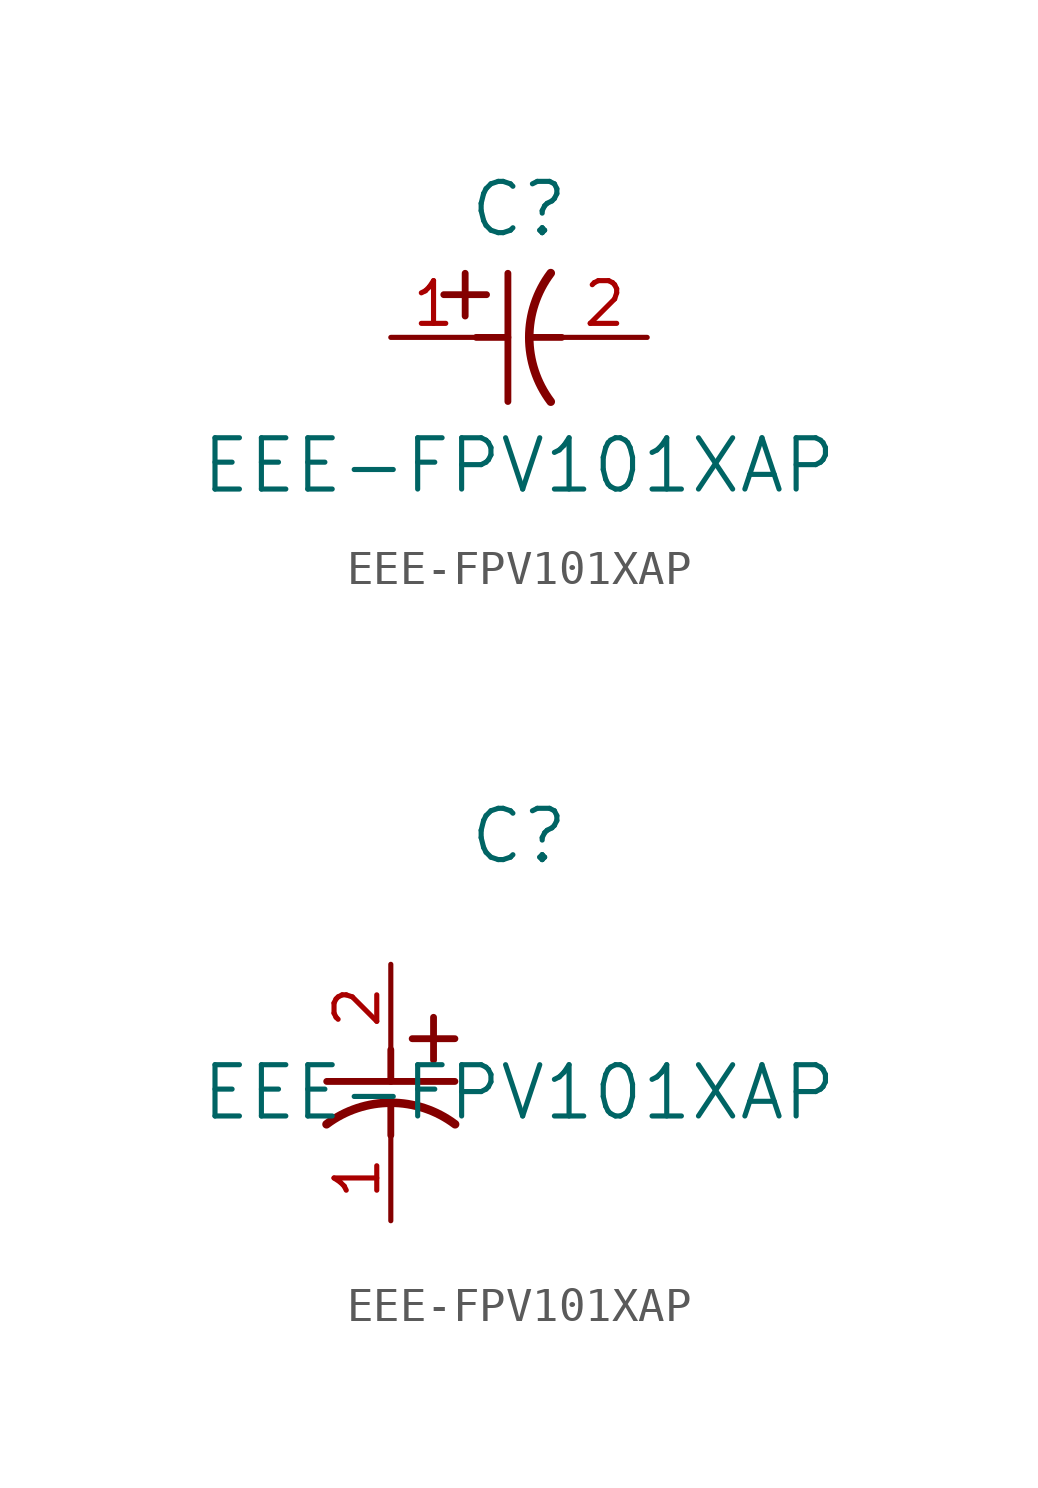
<source format=kicad_sym>
(kicad_symbol_lib
  (version 20211014)
  (generator kicad_symbol_editor)
  (symbol "EEE-FPV101XAP"
    (pin_names
      (offset 0.254))
    (property "Reference" "C"
      (at 3.81 3.81 0)
      (effects (font (size 1.524 1.524))))
    (property "Value" "EEE-FPV101XAP"
      (at 3.81 -3.81 0)
      (effects (font (size 1.524 1.524))))
    (symbol "EEE-FPV101XAP_1_1"
      (polyline (pts (xy 2.21 0.635) (xy 2.21 1.905)) (stroke (width 0.203) (type default) (color 0 0 0 0)) (fill (type none)))
      (arc (start 4.754132 1.910763) (mid 4.1148 0) (end 4.754132 -1.910763) (stroke (width 0.254) (type default) (color 0 0 0 0)) (fill (type none)))
      (polyline (pts (xy 4.115 0) (xy 5.08 0)) (stroke (width 0.203) (type default) (color 0 0 0 0)) (fill (type none)))
      (polyline (pts (xy 3.48 -1.905) (xy 3.48 1.905)) (stroke (width 0.203) (type default) (color 0 0 0 0)) (fill (type none)))
      (polyline (pts (xy 1.575 1.27) (xy 2.845 1.27)) (stroke (width 0.203) (type default) (color 0 0 0 0)) (fill (type none)))
      (polyline (pts (xy 2.54 0) (xy 3.48 0)) (stroke (width 0.203) (type default) (color 0 0 0 0)) (fill (type none)))
      (pin unspecified line (at 0 0 0) (length 2.54) (name "" (effects (font (size 1.27 1.27)))) (number "1" (effects (font (size 1.27 1.27)))))
      (pin unspecified line (at 7.62 0 180) (length 2.54) (name "" (effects (font (size 1.27 1.27)))) (number "2" (effects (font (size 1.27 1.27))))))
    (symbol "EEE-FPV101XAP_1_2"
      (polyline (pts (xy 0 -2.54) (xy 0 -3.48)) (stroke (width 0.203) (type default) (color 0 0 0 0)) (fill (type none)))
      (arc (start 1.910763 -4.754132) (mid 0 -4.1148) (end -1.910763 -4.754132) (stroke (width 0.254) (type default) (color 0 0 0 0)) (fill (type none)))
      (polyline (pts (xy -1.905 -3.48) (xy 1.905 -3.48)) (stroke (width 0.203) (type default) (color 0 0 0 0)) (fill (type none)))
      (polyline (pts (xy 0.635 -2.21) (xy 1.905 -2.21)) (stroke (width 0.203) (type default) (color 0 0 0 0)) (fill (type none)))
      (polyline (pts (xy 1.27 -1.575) (xy 1.27 -2.845)) (stroke (width 0.203) (type default) (color 0 0 0 0)) (fill (type none)))
      (polyline (pts (xy 0 -4.115) (xy 0 -5.08)) (stroke (width 0.203) (type default) (color 0 0 0 0)) (fill (type none)))
      (pin unspecified line (at 0 -7.62 90) (length 2.54) (name "" (effects (font (size 1.27 1.27)))) (number "1" (effects (font (size 1.27 1.27)))))
      (pin unspecified line (at 0 0 270) (length 2.54) (name "" (effects (font (size 1.27 1.27)))) (number "2" (effects (font (size 1.27 1.27))))))))
</source>
